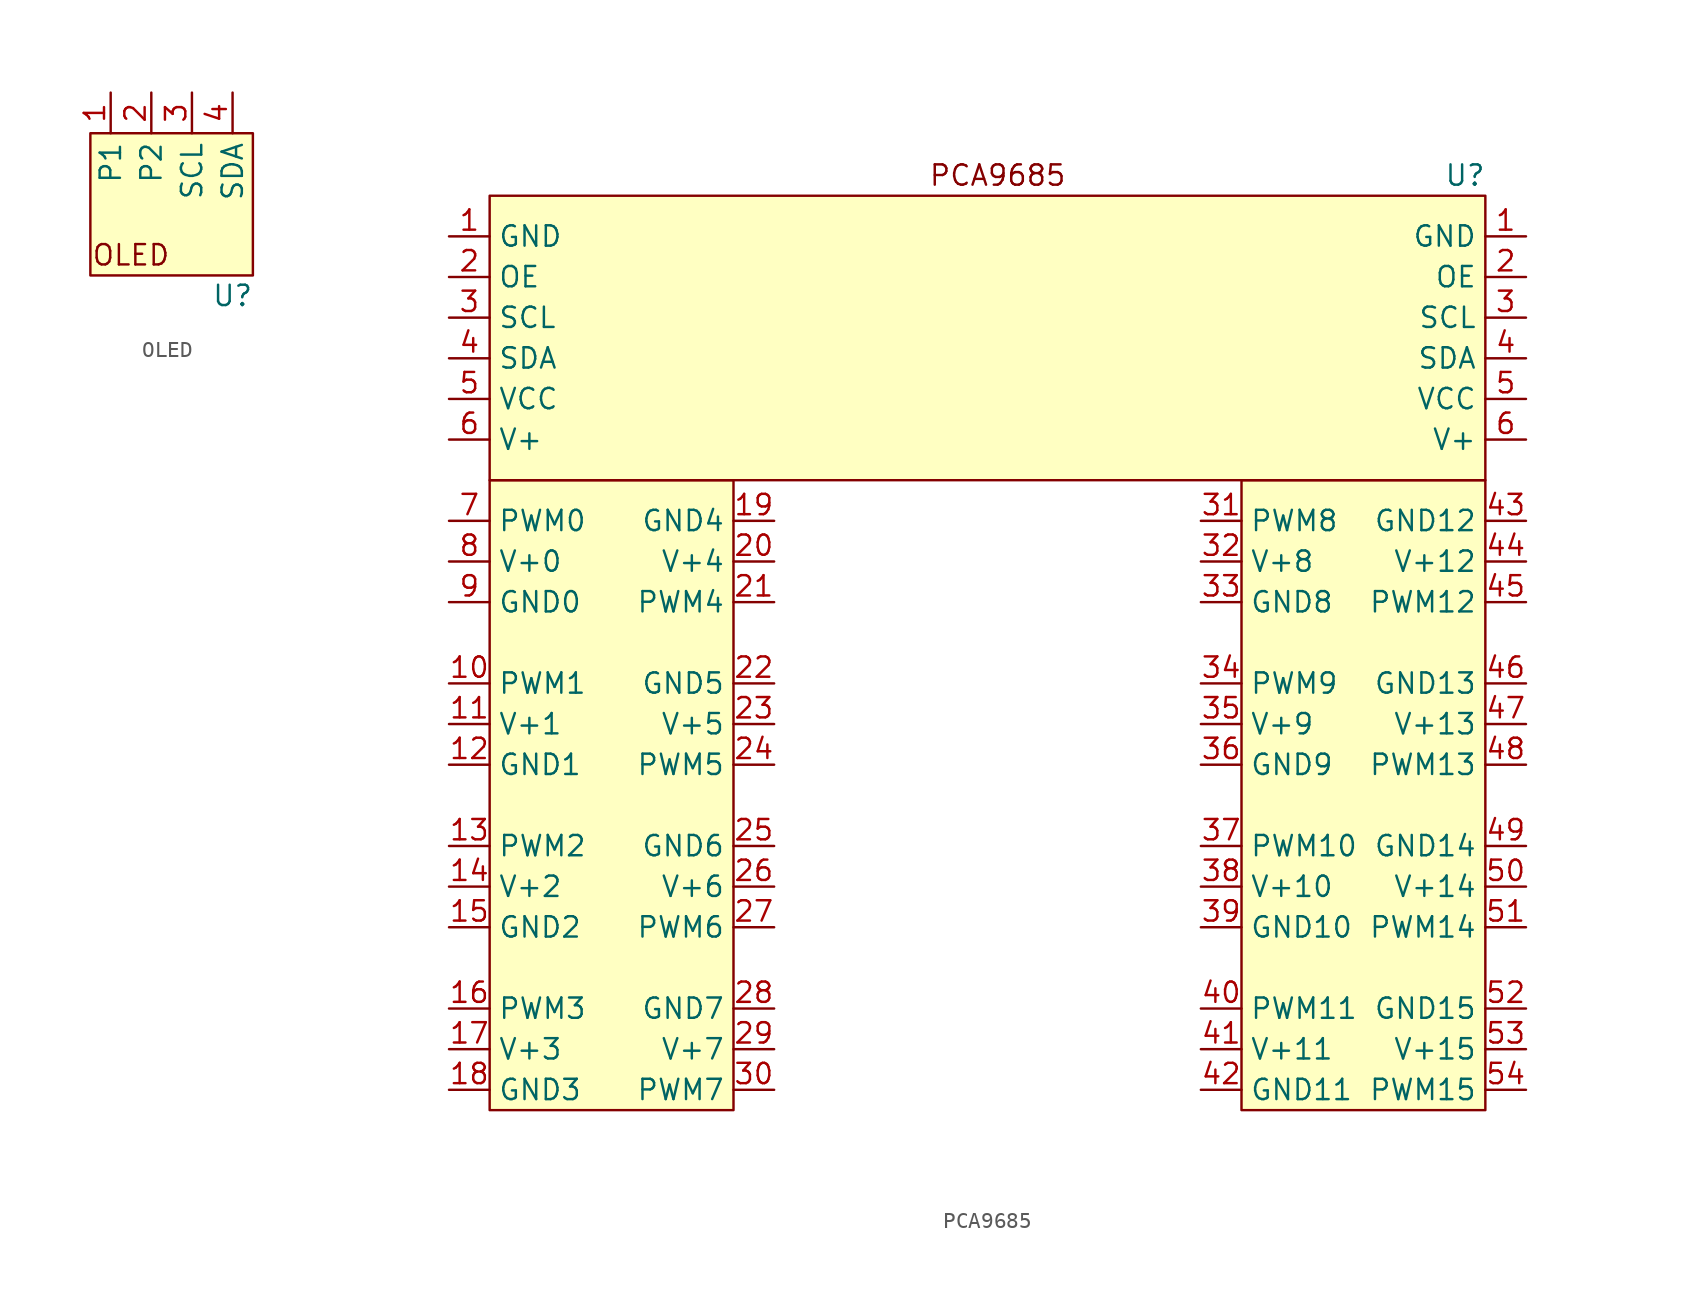
<source format=kicad_sym>
(kicad_symbol_lib
  (version 20220914)
  (generator kicad_symbol_editor)
  (symbol "OLED"
    (property "Reference" "U"
      (at 3.81 -5.08 0)
      (effects (font (size 1.27 1.27))))
    (property "Value" ""
      (at 0 0 0)
      (effects (font (size 1.27 1.27))))
    (symbol "OLED_0_0"
      (pin unspecified line (at -3.81 7.62 270) (length 2.54) (name "P1" (effects (font (size 1.27 1.27)))) (number "1" (effects (font (size 1.27 1.27)))))
      (pin unspecified line (at -1.27 7.62 270) (length 2.54) (name "P2" (effects (font (size 1.27 1.27)))) (number "2" (effects (font (size 1.27 1.27)))))
      (pin unspecified line (at 1.27 7.62 270) (length 2.54) (name "SCL" (effects (font (size 1.27 1.27)))) (number "3" (effects (font (size 1.27 1.27)))))
      (pin unspecified line (at 3.81 7.62 270) (length 2.54) (name "SDA" (effects (font (size 1.27 1.27)))) (number "4" (effects (font (size 1.27 1.27))))))
    (symbol "OLED_1_1"
      (rectangle (start -5.08 5.08) (end 5.08 -3.81) (stroke (width 0) (type default)) (fill (type background)))
      (text "OLED" (at -2.54 -2.54 0) (effects (font (size 1.27 1.27))))))
  (symbol "PCA9685"
    (property "Reference" "U"
      (at 29.21 10.16 0)
      (effects (font (size 1.27 1.27))))
    (property "Value" ""
      (at 13.97 -11.43 0)
      (effects (font (size 1.27 1.27))))
    (symbol "PCA9685_0_0"
      (pin unspecified line (at -34.29 6.35 0) (length 2.54) (name "GND" (effects (font (size 1.27 1.27)))) (number "1" (effects (font (size 1.27 1.27)))))
      (pin unspecified line (at 33.02 6.35 180) (length 2.54) (name "GND" (effects (font (size 1.27 1.27)))) (number "1" (effects (font (size 1.27 1.27)))))
      (pin unspecified line (at -34.29 3.81 0) (length 2.54) (name "OE" (effects (font (size 1.27 1.27)))) (number "2" (effects (font (size 1.27 1.27)))))
      (pin unspecified line (at 33.02 3.81 180) (length 2.54) (name "OE" (effects (font (size 1.27 1.27)))) (number "2" (effects (font (size 1.27 1.27)))))
      (pin unspecified line (at -34.29 1.27 0) (length 2.54) (name "SCL" (effects (font (size 1.27 1.27)))) (number "3" (effects (font (size 1.27 1.27)))))
      (pin unspecified line (at 33.02 1.27 180) (length 2.54) (name "SCL" (effects (font (size 1.27 1.27)))) (number "3" (effects (font (size 1.27 1.27)))))
      (pin unspecified line (at -34.29 -1.27 0) (length 2.54) (name "SDA" (effects (font (size 1.27 1.27)))) (number "4" (effects (font (size 1.27 1.27)))))
      (pin unspecified line (at 33.02 -1.27 180) (length 2.54) (name "SDA" (effects (font (size 1.27 1.27)))) (number "4" (effects (font (size 1.27 1.27)))))
      (pin unspecified line (at -34.29 -3.81 0) (length 2.54) (name "VCC" (effects (font (size 1.27 1.27)))) (number "5" (effects (font (size 1.27 1.27)))))
      (pin unspecified line (at 33.02 -3.81 180) (length 2.54) (name "VCC" (effects (font (size 1.27 1.27)))) (number "5" (effects (font (size 1.27 1.27)))))
      (pin unspecified line (at -34.29 -6.35 0) (length 2.54) (name "V+" (effects (font (size 1.27 1.27)))) (number "6" (effects (font (size 1.27 1.27)))))
      (pin unspecified line (at 33.02 -6.35 180) (length 2.54) (name "V+" (effects (font (size 1.27 1.27)))) (number "6" (effects (font (size 1.27 1.27))))))
    (symbol "PCA9685_1_0"
      (pin unspecified line (at -34.29 -21.59 0) (length 2.54) (name "PWM1" (effects (font (size 1.27 1.27)))) (number "10" (effects (font (size 1.27 1.27)))))
      (pin unspecified line (at -34.29 -24.13 0) (length 2.54) (name "V+1" (effects (font (size 1.27 1.27)))) (number "11" (effects (font (size 1.27 1.27)))))
      (pin unspecified line (at -34.29 -26.67 0) (length 2.54) (name "GND1" (effects (font (size 1.27 1.27)))) (number "12" (effects (font (size 1.27 1.27)))))
      (pin unspecified line (at -34.29 -31.75 0) (length 2.54) (name "PWM2" (effects (font (size 1.27 1.27)))) (number "13" (effects (font (size 1.27 1.27)))))
      (pin unspecified line (at -34.29 -34.29 0) (length 2.54) (name "V+2" (effects (font (size 1.27 1.27)))) (number "14" (effects (font (size 1.27 1.27)))))
      (pin unspecified line (at -34.29 -36.83 0) (length 2.54) (name "GND2" (effects (font (size 1.27 1.27)))) (number "15" (effects (font (size 1.27 1.27)))))
      (pin unspecified line (at -34.29 -41.91 0) (length 2.54) (name "PWM3" (effects (font (size 1.27 1.27)))) (number "16" (effects (font (size 1.27 1.27)))))
      (pin unspecified line (at -34.29 -44.45 0) (length 2.54) (name "V+3" (effects (font (size 1.27 1.27)))) (number "17" (effects (font (size 1.27 1.27)))))
      (pin unspecified line (at -34.29 -46.99 0) (length 2.54) (name "GND3" (effects (font (size 1.27 1.27)))) (number "18" (effects (font (size 1.27 1.27)))))
      (pin unspecified line (at -13.97 -11.43 180) (length 2.54) (name "GND4" (effects (font (size 1.27 1.27)))) (number "19" (effects (font (size 1.27 1.27)))))
      (pin unspecified line (at -13.97 -13.97 180) (length 2.54) (name "V+4" (effects (font (size 1.27 1.27)))) (number "20" (effects (font (size 1.27 1.27)))))
      (pin unspecified line (at -13.97 -16.51 180) (length 2.54) (name "PWM4" (effects (font (size 1.27 1.27)))) (number "21" (effects (font (size 1.27 1.27)))))
      (pin unspecified line (at -13.97 -21.59 180) (length 2.54) (name "GND5" (effects (font (size 1.27 1.27)))) (number "22" (effects (font (size 1.27 1.27)))))
      (pin unspecified line (at -13.97 -24.13 180) (length 2.54) (name "V+5" (effects (font (size 1.27 1.27)))) (number "23" (effects (font (size 1.27 1.27)))))
      (pin unspecified line (at -13.97 -26.67 180) (length 2.54) (name "PWM5" (effects (font (size 1.27 1.27)))) (number "24" (effects (font (size 1.27 1.27)))))
      (pin unspecified line (at -13.97 -31.75 180) (length 2.54) (name "GND6" (effects (font (size 1.27 1.27)))) (number "25" (effects (font (size 1.27 1.27)))))
      (pin unspecified line (at -13.97 -34.29 180) (length 2.54) (name "V+6" (effects (font (size 1.27 1.27)))) (number "26" (effects (font (size 1.27 1.27)))))
      (pin unspecified line (at -13.97 -36.83 180) (length 2.54) (name "PWM6" (effects (font (size 1.27 1.27)))) (number "27" (effects (font (size 1.27 1.27)))))
      (pin unspecified line (at -13.97 -41.91 180) (length 2.54) (name "GND7" (effects (font (size 1.27 1.27)))) (number "28" (effects (font (size 1.27 1.27)))))
      (pin unspecified line (at -13.97 -44.45 180) (length 2.54) (name "V+7" (effects (font (size 1.27 1.27)))) (number "29" (effects (font (size 1.27 1.27)))))
      (pin unspecified line (at -13.97 -46.99 180) (length 2.54) (name "PWM7" (effects (font (size 1.27 1.27)))) (number "30" (effects (font (size 1.27 1.27)))))
      (pin unspecified line (at 12.7 -11.43 0) (length 2.54) (name "PWM8" (effects (font (size 1.27 1.27)))) (number "31" (effects (font (size 1.27 1.27)))))
      (pin unspecified line (at 12.7 -13.97 0) (length 2.54) (name "V+8" (effects (font (size 1.27 1.27)))) (number "32" (effects (font (size 1.27 1.27)))))
      (pin unspecified line (at 12.7 -16.51 0) (length 2.54) (name "GND8" (effects (font (size 1.27 1.27)))) (number "33" (effects (font (size 1.27 1.27)))))
      (pin unspecified line (at 12.7 -21.59 0) (length 2.54) (name "PWM9" (effects (font (size 1.27 1.27)))) (number "34" (effects (font (size 1.27 1.27)))))
      (pin unspecified line (at 12.7 -24.13 0) (length 2.54) (name "V+9" (effects (font (size 1.27 1.27)))) (number "35" (effects (font (size 1.27 1.27)))))
      (pin unspecified line (at 12.7 -26.67 0) (length 2.54) (name "GND9" (effects (font (size 1.27 1.27)))) (number "36" (effects (font (size 1.27 1.27)))))
      (pin unspecified line (at 12.7 -31.75 0) (length 2.54) (name "PWM10" (effects (font (size 1.27 1.27)))) (number "37" (effects (font (size 1.27 1.27)))))
      (pin unspecified line (at 12.7 -34.29 0) (length 2.54) (name "V+10" (effects (font (size 1.27 1.27)))) (number "38" (effects (font (size 1.27 1.27)))))
      (pin unspecified line (at 12.7 -36.83 0) (length 2.54) (name "GND10" (effects (font (size 1.27 1.27)))) (number "39" (effects (font (size 1.27 1.27)))))
      (pin unspecified line (at 12.7 -41.91 0) (length 2.54) (name "PWM11" (effects (font (size 1.27 1.27)))) (number "40" (effects (font (size 1.27 1.27)))))
      (pin unspecified line (at 12.7 -44.45 0) (length 2.54) (name "V+11" (effects (font (size 1.27 1.27)))) (number "41" (effects (font (size 1.27 1.27)))))
      (pin unspecified line (at 12.7 -46.99 0) (length 2.54) (name "GND11" (effects (font (size 1.27 1.27)))) (number "42" (effects (font (size 1.27 1.27)))))
      (pin unspecified line (at 33.02 -11.43 180) (length 2.54) (name "GND12" (effects (font (size 1.27 1.27)))) (number "43" (effects (font (size 1.27 1.27)))))
      (pin unspecified line (at 33.02 -13.97 180) (length 2.54) (name "V+12" (effects (font (size 1.27 1.27)))) (number "44" (effects (font (size 1.27 1.27)))))
      (pin unspecified line (at 33.02 -16.51 180) (length 2.54) (name "PWM12" (effects (font (size 1.27 1.27)))) (number "45" (effects (font (size 1.27 1.27)))))
      (pin unspecified line (at 33.02 -21.59 180) (length 2.54) (name "GND13" (effects (font (size 1.27 1.27)))) (number "46" (effects (font (size 1.27 1.27)))))
      (pin unspecified line (at 33.02 -24.13 180) (length 2.54) (name "V+13" (effects (font (size 1.27 1.27)))) (number "47" (effects (font (size 1.27 1.27)))))
      (pin unspecified line (at 33.02 -26.67 180) (length 2.54) (name "PWM13" (effects (font (size 1.27 1.27)))) (number "48" (effects (font (size 1.27 1.27)))))
      (pin unspecified line (at 33.02 -31.75 180) (length 2.54) (name "GND14" (effects (font (size 1.27 1.27)))) (number "49" (effects (font (size 1.27 1.27)))))
      (pin unspecified line (at 33.02 -34.29 180) (length 2.54) (name "V+14" (effects (font (size 1.27 1.27)))) (number "50" (effects (font (size 1.27 1.27)))))
      (pin unspecified line (at 33.02 -36.83 180) (length 2.54) (name "PWM14" (effects (font (size 1.27 1.27)))) (number "51" (effects (font (size 1.27 1.27)))))
      (pin unspecified line (at 33.02 -41.91 180) (length 2.54) (name "GND15" (effects (font (size 1.27 1.27)))) (number "52" (effects (font (size 1.27 1.27)))))
      (pin unspecified line (at 33.02 -44.45 180) (length 2.54) (name "V+15" (effects (font (size 1.27 1.27)))) (number "53" (effects (font (size 1.27 1.27)))))
      (pin unspecified line (at 33.02 -46.99 180) (length 2.54) (name "PWM15" (effects (font (size 1.27 1.27)))) (number "54" (effects (font (size 1.27 1.27)))))
      (pin unspecified line (at -34.29 -11.43 0) (length 2.54) (name "PWM0" (effects (font (size 1.27 1.27)))) (number "7" (effects (font (size 1.27 1.27)))))
      (pin unspecified line (at -34.29 -13.97 0) (length 2.54) (name "V+0" (effects (font (size 1.27 1.27)))) (number "8" (effects (font (size 1.27 1.27)))))
      (pin unspecified line (at -34.29 -16.51 0) (length 2.54) (name "GND0" (effects (font (size 1.27 1.27)))) (number "9" (effects (font (size 1.27 1.27))))))
    (symbol "PCA9685_1_1"
      (rectangle (start -31.75 -8.89) (end -16.51 -48.26) (stroke (width 0) (type default)) (fill (type background)))
      (rectangle (start -31.75 8.89) (end 30.48 -8.89) (stroke (width 0) (type default)) (fill (type background)))
      (rectangle (start 15.24 -8.89) (end 30.48 -48.26) (stroke (width 0) (type default)) (fill (type background)))
      (text "PCA9685" (at 0 10.16 0) (effects (font (size 1.27 1.27)))))))
</source>
